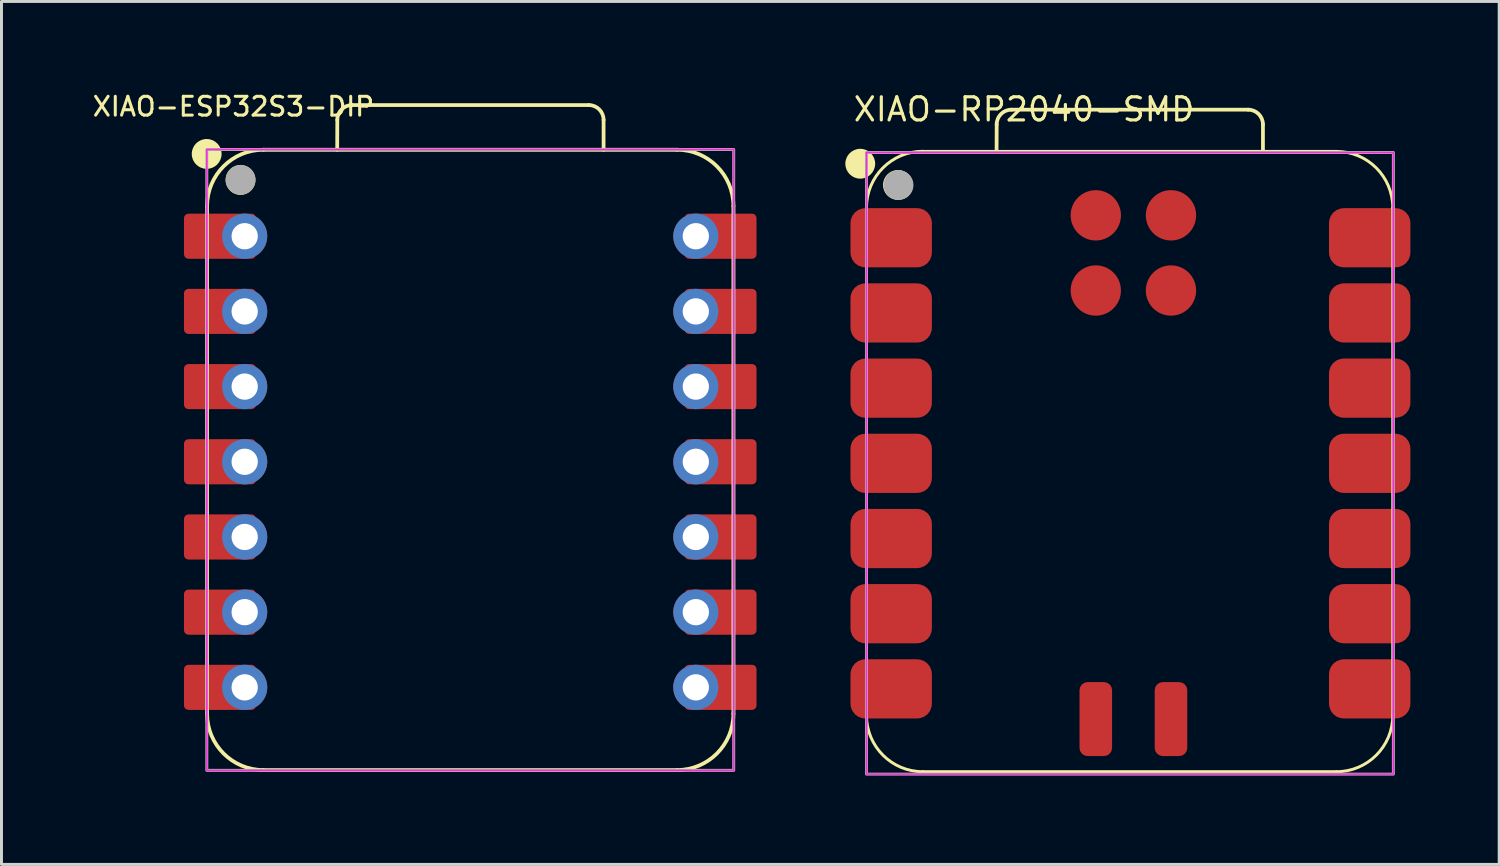
<source format=kicad_pcb>
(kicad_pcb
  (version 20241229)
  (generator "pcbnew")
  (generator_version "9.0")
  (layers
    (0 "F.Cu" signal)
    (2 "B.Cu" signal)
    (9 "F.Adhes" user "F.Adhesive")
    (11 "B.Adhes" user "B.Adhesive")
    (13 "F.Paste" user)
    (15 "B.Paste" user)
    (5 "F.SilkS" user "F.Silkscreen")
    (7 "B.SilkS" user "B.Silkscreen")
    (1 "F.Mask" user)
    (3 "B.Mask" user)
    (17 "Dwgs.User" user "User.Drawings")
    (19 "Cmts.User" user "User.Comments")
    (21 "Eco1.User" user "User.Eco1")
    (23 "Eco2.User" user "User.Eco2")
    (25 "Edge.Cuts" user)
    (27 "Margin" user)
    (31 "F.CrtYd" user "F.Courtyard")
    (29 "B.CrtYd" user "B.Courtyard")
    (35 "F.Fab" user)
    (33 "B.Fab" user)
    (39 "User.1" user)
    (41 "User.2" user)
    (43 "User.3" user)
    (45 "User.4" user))
  (footprint "XIAO-ESP32S3-DIP"
    (layer "F.Cu")
    (at 12.836 12.55)
    (property "Reference" "XIAO-ESP32S3-DIP" (at -8 -12 0) (unlocked yes) (layer "F.SilkS") (effects (font (size 0.635 0.635) (thickness 0.102))))
    (attr smd)
    (fp_line (start -8.89 8.509) (end -8.89 -8.636) (stroke (width 0.127) (type solid)) (layer "F.SilkS"))
    (fp_line (start -6.985 10.414) (end 6.985 10.414) (stroke (width 0.127) (type solid)) (layer "F.SilkS"))
    (fp_line (start -4.495 -10.541) (end -4.491 -11.551) (stroke (width 0.127) (type solid)) (layer "F.SilkS"))
    (fp_line (start -3.991 -12.051) (end 4.004 -12.051) (stroke (width 0.127) (type solid)) (layer "F.SilkS"))
    (fp_line (start 4.504 -11.551) (end 4.504 -10.541) (stroke (width 0.127) (type solid)) (layer "F.SilkS"))
    (fp_line (start 6.985 -10.541) (end -6.985 -10.541) (stroke (width 0.1) (type solid)) (layer "F.SilkS"))
    (fp_line (start 6.985 -10.541) (end -6.985 -10.541) (stroke (width 0.127) (type solid)) (layer "F.SilkS"))
    (fp_line (start 8.89 8.509) (end 8.89 -8.636) (stroke (width 0.127) (type solid)) (layer "F.SilkS"))
    (fp_arc (start -8.89 -8.636) (mid -8.332038 -9.983038) (end -6.985 -10.541) (stroke (width 0.127) (type solid)) (layer "F.SilkS"))
    (fp_arc (start -6.985 10.414) (mid -8.332038 9.856038) (end -8.89 8.509) (stroke (width 0.127) (type solid)) (layer "F.SilkS"))
    (fp_arc (start -4.491272 -11.551272) (mid -4.344728 -11.90464) (end -3.991272 -12.051) (stroke (width 0.127) (type default)) (layer "F.SilkS"))
    (fp_arc (start 4.004 -12.051) (mid 4.357553 -11.904553) (end 4.504 -11.551) (stroke (width 0.127) (type default)) (layer "F.SilkS"))
    (fp_arc (start 6.985 -10.541) (mid 8.332038 -9.983038) (end 8.89 -8.636) (stroke (width 0.127) (type solid)) (layer "F.SilkS"))
    (fp_arc (start 8.89 8.509) (mid 8.332038 9.856038) (end 6.985 10.414) (stroke (width 0.127) (type solid)) (layer "F.SilkS"))
    (fp_circle (center -8.904 -10.4) (end -8.904 -10.654) (stroke (width 0.5) (type solid)) (fill yes) (layer "F.SilkS"))
    (fp_circle (center -7.761 -9.52) (end -7.761 -9.774) (stroke (width 0.5) (type solid)) (fill yes) (layer "F.SilkS"))
    (fp_rect (start -8.9 -10.55) (end 8.9 10.425) (stroke (width 0.05) (type default)) (fill no) (layer "F.CrtYd"))
    (fp_rect (start -8.9 -10.55) (end 8.9 10.425) (stroke (width 0.1) (type default)) (fill no) (layer "F.Fab"))
    (fp_circle (center -7.758 -9.526) (end -7.758 -9.78) (stroke (width 0.5) (type solid)) (fill no) (layer "F.Fab"))
    (pad "1" smd roundrect (at -8.455 -7.62 180) (size 2.432 1.524) (layers "F.Cu" "F.Mask") (roundrect_rratio 0.1))
    (pad "1" thru_hole circle (at -7.62 -7.62 180) (size 1.524 1.524) (drill 0.889) (layers "*.Cu" "*.Mask"))
    (pad "2" smd roundrect (at -8.455 -5.08 180) (size 2.432 1.524) (layers "F.Cu" "F.Mask") (roundrect_rratio 0.1))
    (pad "2" thru_hole circle (at -7.62 -5.08 180) (size 1.524 1.524) (drill 0.889) (layers "*.Cu" "*.Mask"))
    (pad "3" smd roundrect (at -8.455 -2.54 180) (size 2.432 1.524) (layers "F.Cu" "F.Mask") (roundrect_rratio 0.1))
    (pad "3" thru_hole circle (at -7.62 -2.54 180) (size 1.524 1.524) (drill 0.889) (layers "*.Cu" "*.Mask"))
    (pad "4" smd roundrect (at -8.455 0 180) (size 2.432 1.524) (layers "F.Cu" "F.Mask") (roundrect_rratio 0.1))
    (pad "4" thru_hole circle (at -7.62 0 180) (size 1.524 1.524) (drill 0.889) (layers "*.Cu" "*.Mask"))
    (pad "5" smd roundrect (at -8.455 2.54 180) (size 2.432 1.524) (layers "F.Cu" "F.Mask") (roundrect_rratio 0.1))
    (pad "5" thru_hole circle (at -7.62 2.54 180) (size 1.524 1.524) (drill 0.889) (layers "*.Cu" "*.Mask"))
    (pad "6" smd roundrect (at -8.455 5.08 180) (size 2.432 1.524) (layers "F.Cu" "F.Mask") (roundrect_rratio 0.1))
    (pad "6" thru_hole circle (at -7.62 5.08 180) (size 1.524 1.524) (drill 0.889) (layers "*.Cu" "*.Mask"))
    (pad "7" smd roundrect (at -8.455 7.62 180) (size 2.432 1.524) (layers "F.Cu" "F.Mask") (roundrect_rratio 0.1))
    (pad "7" thru_hole circle (at -7.62 7.62 180) (size 1.524 1.524) (drill 0.889) (layers "*.Cu" "*.Mask"))
    (pad "8" thru_hole circle (at 7.62 7.62) (size 1.524 1.524) (drill 0.889) (layers "*.Cu" "*.Mask"))
    (pad "8" smd roundrect (at 8.455 7.62) (size 2.432 1.524) (layers "F.Cu" "F.Mask") (roundrect_rratio 0.1))
    (pad "9" thru_hole circle (at 7.62 5.08) (size 1.524 1.524) (drill 0.889) (layers "*.Cu" "*.Mask"))
    (pad "9" smd roundrect (at 8.455 5.08) (size 2.432 1.524) (layers "F.Cu" "F.Mask") (roundrect_rratio 0.1))
    (pad "10" thru_hole circle (at 7.62 2.54) (size 1.524 1.524) (drill 0.889) (layers "*.Cu" "*.Mask"))
    (pad "10" smd roundrect (at 8.455 2.54) (size 2.432 1.524) (layers "F.Cu" "F.Mask") (roundrect_rratio 0.1))
    (pad "11" thru_hole circle (at 7.62 0) (size 1.524 1.524) (drill 0.889) (layers "*.Cu" "*.Mask"))
    (pad "11" smd roundrect (at 8.455 0) (size 2.432 1.524) (layers "F.Cu" "F.Mask") (roundrect_rratio 0.1))
    (pad "12" thru_hole circle (at 7.62 -2.54) (size 1.524 1.524) (drill 0.889) (layers "*.Cu" "*.Mask"))
    (pad "12" smd roundrect (at 8.455 -2.54) (size 2.432 1.524) (layers "F.Cu" "F.Mask") (roundrect_rratio 0.1))
    (pad "13" thru_hole circle (at 7.62 -5.08) (size 1.524 1.524) (drill 0.889) (layers "*.Cu" "*.Mask"))
    (pad "13" smd roundrect (at 8.455 -5.08) (size 2.432 1.524) (layers "F.Cu" "F.Mask") (roundrect_rratio 0.1))
    (pad "14" thru_hole circle (at 7.62 -7.62) (size 1.524 1.524) (drill 0.889) (layers "*.Cu" "*.Mask"))
    (pad "14" smd roundrect (at 8.455 -7.62) (size 2.432 1.524) (layers "F.Cu" "F.Mask") (roundrect_rratio 0.1)))
  (footprint "XIAO-RP2040-SMD"
    (layer "F.Cu")
    (at 35.056 12.602)
    (property "Reference" "XIAO-RP2040-SMD" (at -9.335 -11.5 0) (layer "F.SilkS") (effects (font (size 0.782 0.782) (thickness 0.107)) (justify left bottom)))
    (fp_line (start -8.835 8.513) (end -8.835 -8.632) (stroke (width 0.1) (type solid)) (layer "F.SilkS"))
    (fp_line (start -6.93 10.418) (end 7.04 10.418) (stroke (width 0.1) (type solid)) (layer "F.SilkS"))
    (fp_line (start -4.44 -10.537) (end -4.436 -11.447) (stroke (width 0.127) (type solid)) (layer "F.SilkS"))
    (fp_line (start -3.936 -11.947) (end 4.059 -11.947) (stroke (width 0.127) (type solid)) (layer "F.SilkS"))
    (fp_line (start 4.559 -11.447) (end 4.559 -10.537) (stroke (width 0.127) (type solid)) (layer "F.SilkS"))
    (fp_line (start 7.04 -10.537) (end -6.93 -10.537) (stroke (width 0.1) (type solid)) (layer "F.SilkS"))
    (fp_line (start 8.945 8.513) (end 8.945 -8.632) (stroke (width 0.1) (type solid)) (layer "F.SilkS"))
    (fp_arc (start -8.835 -8.636) (mid -8.277038 -9.983038) (end -6.93 -10.541) (stroke (width 0.1) (type solid)) (layer "F.SilkS"))
    (fp_arc (start -6.93 10.418) (mid -8.277038 9.860038) (end -8.835 8.513) (stroke (width 0.1) (type solid)) (layer "F.SilkS"))
    (fp_arc (start -4.436272 -11.447272) (mid -4.289724 -11.800644) (end -3.936272 -11.947) (stroke (width 0.127) (type default)) (layer "F.SilkS"))
    (fp_arc (start 4.059 -11.947) (mid 4.412553 -11.800553) (end 4.559 -11.447) (stroke (width 0.127) (type default)) (layer "F.SilkS"))
    (fp_arc (start 7.04 -10.537) (mid 8.387038 -9.979038) (end 8.945 -8.632) (stroke (width 0.1) (type solid)) (layer "F.SilkS"))
    (fp_arc (start 8.945 8.513) (mid 8.387038 9.860038) (end 7.04 10.418) (stroke (width 0.1) (type solid)) (layer "F.SilkS"))
    (fp_circle (center -9.045 -10.121) (end -9.045 -10.375) (stroke (width 0.5) (type solid)) (fill yes) (layer "F.SilkS"))
    (fp_circle (center -7.771 -9.404) (end -7.771 -9.658) (stroke (width 0.5) (type solid)) (fill yes) (layer "F.SilkS"))
    (fp_rect (start 8.965 10.5) (end -8.835 -10.5) (stroke (width 0.05) (type default)) (fill no) (layer "F.CrtYd"))
    (fp_rect (start -8.835 -10.5) (end 8.965 10.5) (stroke (width 0.1) (type default)) (fill no) (layer "F.Fab"))
    (fp_circle (center -7.751 -9.4) (end -7.751 -9.654) (stroke (width 0.5) (type solid)) (fill no) (layer "F.Fab"))
    (pad "1" smd roundrect (at -8 -7.62) (size 2.75 2) (layers "F.Cu" "F.Mask" "F.Paste") (roundrect_rratio 0.25))
    (pad "2" smd roundrect (at -8 -5.08) (size 2.75 2) (layers "F.Cu" "F.Mask" "F.Paste") (roundrect_rratio 0.25))
    (pad "3" smd roundrect (at -8 -2.54) (size 2.75 2) (layers "F.Cu" "F.Mask" "F.Paste") (roundrect_rratio 0.25))
    (pad "4" smd roundrect (at -8 0) (size 2.75 2) (layers "F.Cu" "F.Mask" "F.Paste") (roundrect_rratio 0.25))
    (pad "5" smd roundrect (at -8 2.54) (size 2.75 2) (layers "F.Cu" "F.Mask" "F.Paste") (roundrect_rratio 0.25))
    (pad "6" smd roundrect (at -8 5.08) (size 2.75 2) (layers "F.Cu" "F.Mask" "F.Paste") (roundrect_rratio 0.25))
    (pad "7" smd roundrect (at -8 7.62) (size 2.75 2) (layers "F.Cu" "F.Mask" "F.Paste") (roundrect_rratio 0.25))
    (pad "8" smd roundrect (at 8.165 7.62) (size 2.75 2) (layers "F.Cu" "F.Mask" "F.Paste") (roundrect_rratio 0.25))
    (pad "9" smd roundrect (at 8.165 5.08) (size 2.75 2) (layers "F.Cu" "F.Mask" "F.Paste") (roundrect_rratio 0.25))
    (pad "10" smd roundrect (at 8.165 2.54) (size 2.75 2) (layers "F.Cu" "F.Mask" "F.Paste") (roundrect_rratio 0.25))
    (pad "11" smd roundrect (at 8.165 0) (size 2.75 2) (layers "F.Cu" "F.Mask" "F.Paste") (roundrect_rratio 0.25))
    (pad "12" smd roundrect (at 8.165 -2.54) (size 2.75 2) (layers "F.Cu" "F.Mask" "F.Paste") (roundrect_rratio 0.25))
    (pad "13" smd roundrect (at 8.165 -5.08) (size 2.75 2) (layers "F.Cu" "F.Mask" "F.Paste") (roundrect_rratio 0.25))
    (pad "14" smd roundrect (at 8.165 -7.62) (size 2.75 2) (layers "F.Cu" "F.Mask" "F.Paste") (roundrect_rratio 0.25))
    (pad "15" smd roundrect (at -1.088 8.64 270) (size 2.5 1.1) (layers "F.Cu" "F.Mask" "F.Paste") (roundrect_rratio 0.25))
    (pad "16" smd roundrect (at 1.452 8.64 270) (size 2.5 1.1) (layers "F.Cu" "F.Mask" "F.Paste") (roundrect_rratio 0.25))
    (pad "17" smd circle (at -1.088 -8.378) (size 1.7 1.7) (layers "F.Cu" "F.Mask" "F.Paste"))
    (pad "18" smd circle (at 1.452 -8.378) (size 1.7 1.7) (layers "F.Cu" "F.Mask" "F.Paste"))
    (pad "19" smd circle (at -1.088 -5.838) (size 1.7 1.7) (layers "F.Cu" "F.Mask" "F.Paste"))
    (pad "20" smd circle (at 1.452 -5.838) (size 1.7 1.7) (layers "F.Cu" "F.Mask" "F.Paste")))
  (gr_rect
    (start -3 -3)
    (end 47.596 26.152)
    (stroke (width 0.1) (type default))
    (fill no)
    (layer "Edge.Cuts")))
</source>
